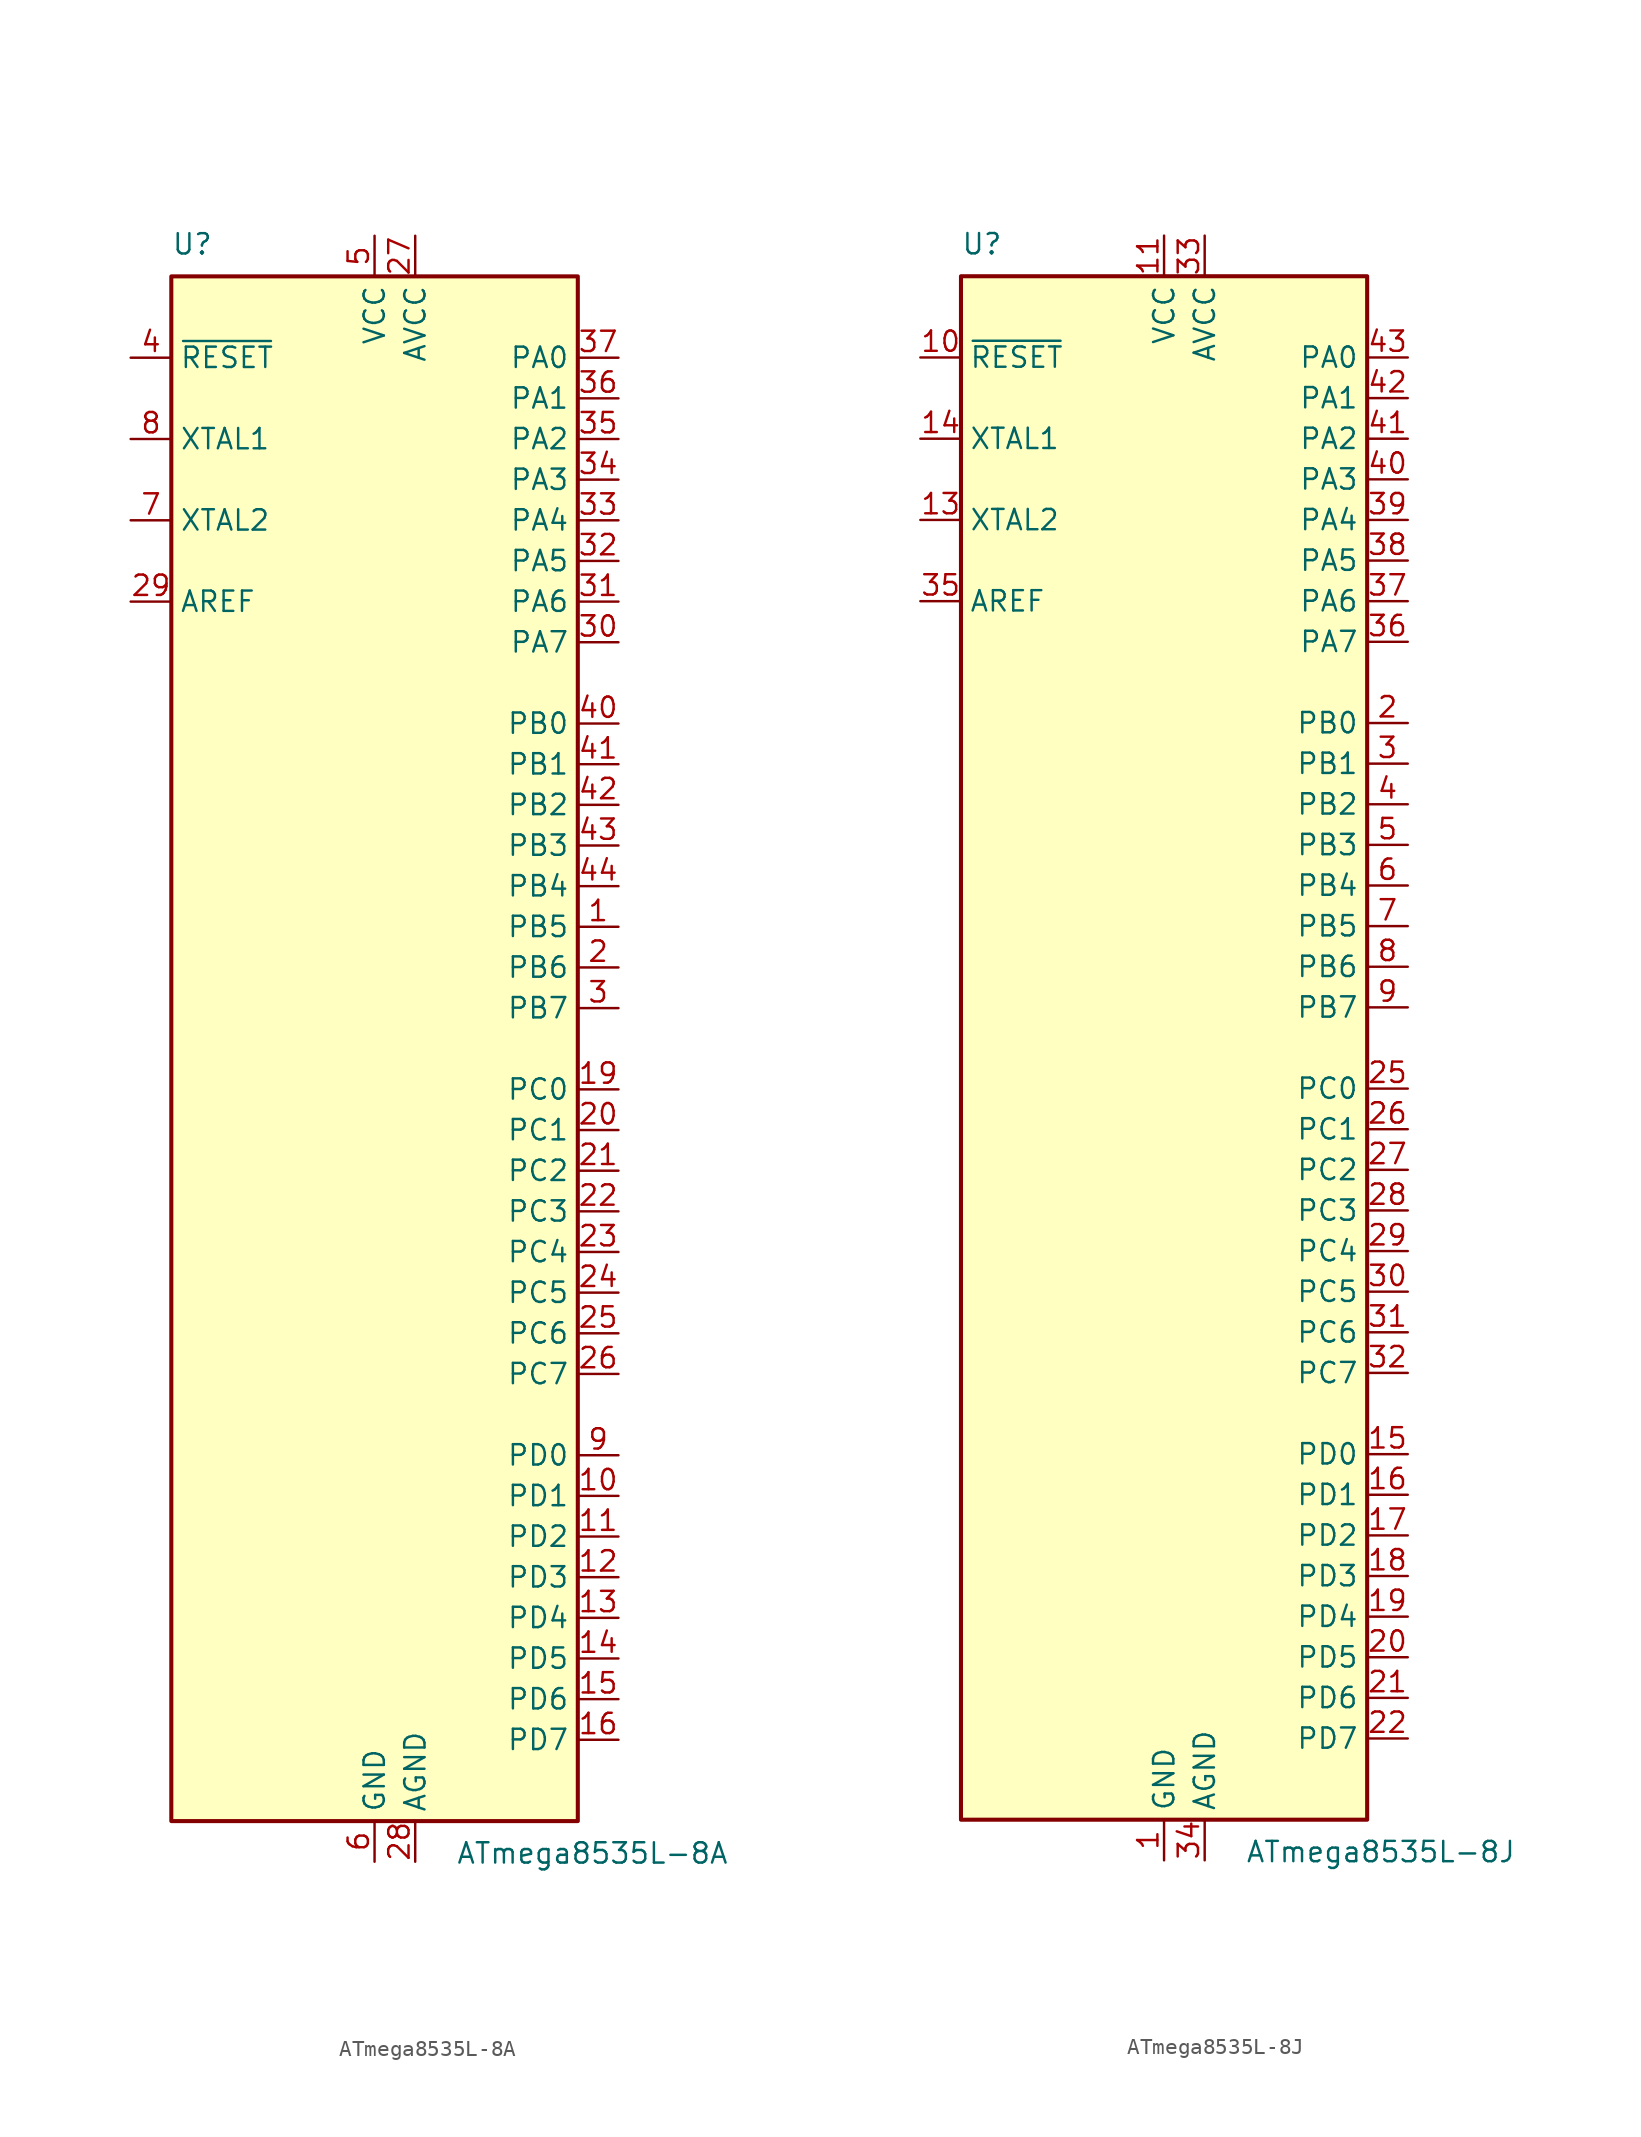
<source format=kicad_sym>
(kicad_symbol_lib
  (version 20201005)
  (generator kicad_symbol_editor)
  (symbol "MCU_Microchip_ATmega:ATmega8535L-8A"
    (property "Reference" "U"
      (at -12.7 49.53 0)
      (effects (font (size 1.27 1.27)) (justify left bottom)))
    (property "Value" "ATmega8535L-8A"
      (at 5.08 -49.53 0)
      (effects (font (size 1.27 1.27)) (justify left top)))
    (symbol "ATmega8535L-8A_0_1"
      (rectangle (start -12.7 -48.26) (end 12.7 48.26) (stroke (width 0.254)) (fill (type background))))
    (symbol "ATmega8535L-8A_1_1"
      (pin bidirectional line (at 15.24 7.62 180) (length 2.54) (name "PB5" (effects (font (size 1.27 1.27)))) (number "1" (effects (font (size 1.27 1.27)))))
      (pin bidirectional line (at 15.24 -27.94 180) (length 2.54) (name "PD1" (effects (font (size 1.27 1.27)))) (number "10" (effects (font (size 1.27 1.27)))))
      (pin bidirectional line (at 15.24 -30.48 180) (length 2.54) (name "PD2" (effects (font (size 1.27 1.27)))) (number "11" (effects (font (size 1.27 1.27)))))
      (pin bidirectional line (at 15.24 -33.02 180) (length 2.54) (name "PD3" (effects (font (size 1.27 1.27)))) (number "12" (effects (font (size 1.27 1.27)))))
      (pin bidirectional line (at 15.24 -35.56 180) (length 2.54) (name "PD4" (effects (font (size 1.27 1.27)))) (number "13" (effects (font (size 1.27 1.27)))))
      (pin bidirectional line (at 15.24 -38.1 180) (length 2.54) (name "PD5" (effects (font (size 1.27 1.27)))) (number "14" (effects (font (size 1.27 1.27)))))
      (pin bidirectional line (at 15.24 -40.64 180) (length 2.54) (name "PD6" (effects (font (size 1.27 1.27)))) (number "15" (effects (font (size 1.27 1.27)))))
      (pin bidirectional line (at 15.24 -43.18 180) (length 2.54) (name "PD7" (effects (font (size 1.27 1.27)))) (number "16" (effects (font (size 1.27 1.27)))))
      (pin passive line (at 0 50.8 270) (length 2.54) hide (name "VCC" (effects (font (size 1.27 1.27)))) (number "17" (effects (font (size 1.27 1.27)))))
      (pin passive line (at 0 -50.8 90) (length 2.54) hide (name "GND" (effects (font (size 1.27 1.27)))) (number "18" (effects (font (size 1.27 1.27)))))
      (pin bidirectional line (at 15.24 -2.54 180) (length 2.54) (name "PC0" (effects (font (size 1.27 1.27)))) (number "19" (effects (font (size 1.27 1.27)))))
      (pin bidirectional line (at 15.24 5.08 180) (length 2.54) (name "PB6" (effects (font (size 1.27 1.27)))) (number "2" (effects (font (size 1.27 1.27)))))
      (pin bidirectional line (at 15.24 -5.08 180) (length 2.54) (name "PC1" (effects (font (size 1.27 1.27)))) (number "20" (effects (font (size 1.27 1.27)))))
      (pin bidirectional line (at 15.24 -7.62 180) (length 2.54) (name "PC2" (effects (font (size 1.27 1.27)))) (number "21" (effects (font (size 1.27 1.27)))))
      (pin bidirectional line (at 15.24 -10.16 180) (length 2.54) (name "PC3" (effects (font (size 1.27 1.27)))) (number "22" (effects (font (size 1.27 1.27)))))
      (pin bidirectional line (at 15.24 -12.7 180) (length 2.54) (name "PC4" (effects (font (size 1.27 1.27)))) (number "23" (effects (font (size 1.27 1.27)))))
      (pin bidirectional line (at 15.24 -15.24 180) (length 2.54) (name "PC5" (effects (font (size 1.27 1.27)))) (number "24" (effects (font (size 1.27 1.27)))))
      (pin bidirectional line (at 15.24 -17.78 180) (length 2.54) (name "PC6" (effects (font (size 1.27 1.27)))) (number "25" (effects (font (size 1.27 1.27)))))
      (pin bidirectional line (at 15.24 -20.32 180) (length 2.54) (name "PC7" (effects (font (size 1.27 1.27)))) (number "26" (effects (font (size 1.27 1.27)))))
      (pin power_in line (at 2.54 50.8 270) (length 2.54) (name "AVCC" (effects (font (size 1.27 1.27)))) (number "27" (effects (font (size 1.27 1.27)))))
      (pin power_in line (at 2.54 -50.8 90) (length 2.54) (name "AGND" (effects (font (size 1.27 1.27)))) (number "28" (effects (font (size 1.27 1.27)))))
      (pin passive line (at -15.24 27.94 0) (length 2.54) (name "AREF" (effects (font (size 1.27 1.27)))) (number "29" (effects (font (size 1.27 1.27)))))
      (pin bidirectional line (at 15.24 2.54 180) (length 2.54) (name "PB7" (effects (font (size 1.27 1.27)))) (number "3" (effects (font (size 1.27 1.27)))))
      (pin bidirectional line (at 15.24 25.4 180) (length 2.54) (name "PA7" (effects (font (size 1.27 1.27)))) (number "30" (effects (font (size 1.27 1.27)))))
      (pin bidirectional line (at 15.24 27.94 180) (length 2.54) (name "PA6" (effects (font (size 1.27 1.27)))) (number "31" (effects (font (size 1.27 1.27)))))
      (pin bidirectional line (at 15.24 30.48 180) (length 2.54) (name "PA5" (effects (font (size 1.27 1.27)))) (number "32" (effects (font (size 1.27 1.27)))))
      (pin bidirectional line (at 15.24 33.02 180) (length 2.54) (name "PA4" (effects (font (size 1.27 1.27)))) (number "33" (effects (font (size 1.27 1.27)))))
      (pin bidirectional line (at 15.24 35.56 180) (length 2.54) (name "PA3" (effects (font (size 1.27 1.27)))) (number "34" (effects (font (size 1.27 1.27)))))
      (pin bidirectional line (at 15.24 38.1 180) (length 2.54) (name "PA2" (effects (font (size 1.27 1.27)))) (number "35" (effects (font (size 1.27 1.27)))))
      (pin bidirectional line (at 15.24 40.64 180) (length 2.54) (name "PA1" (effects (font (size 1.27 1.27)))) (number "36" (effects (font (size 1.27 1.27)))))
      (pin bidirectional line (at 15.24 43.18 180) (length 2.54) (name "PA0" (effects (font (size 1.27 1.27)))) (number "37" (effects (font (size 1.27 1.27)))))
      (pin passive line (at 0 50.8 270) (length 2.54) hide (name "VCC" (effects (font (size 1.27 1.27)))) (number "38" (effects (font (size 1.27 1.27)))))
      (pin passive line (at 0 -50.8 90) (length 2.54) hide (name "GND" (effects (font (size 1.27 1.27)))) (number "39" (effects (font (size 1.27 1.27)))))
      (pin input line (at -15.24 43.18 0) (length 2.54) (name "~RESET" (effects (font (size 1.27 1.27)))) (number "4" (effects (font (size 1.27 1.27)))))
      (pin bidirectional line (at 15.24 20.32 180) (length 2.54) (name "PB0" (effects (font (size 1.27 1.27)))) (number "40" (effects (font (size 1.27 1.27)))))
      (pin bidirectional line (at 15.24 17.78 180) (length 2.54) (name "PB1" (effects (font (size 1.27 1.27)))) (number "41" (effects (font (size 1.27 1.27)))))
      (pin bidirectional line (at 15.24 15.24 180) (length 2.54) (name "PB2" (effects (font (size 1.27 1.27)))) (number "42" (effects (font (size 1.27 1.27)))))
      (pin bidirectional line (at 15.24 12.7 180) (length 2.54) (name "PB3" (effects (font (size 1.27 1.27)))) (number "43" (effects (font (size 1.27 1.27)))))
      (pin bidirectional line (at 15.24 10.16 180) (length 2.54) (name "PB4" (effects (font (size 1.27 1.27)))) (number "44" (effects (font (size 1.27 1.27)))))
      (pin power_in line (at 0 50.8 270) (length 2.54) (name "VCC" (effects (font (size 1.27 1.27)))) (number "5" (effects (font (size 1.27 1.27)))))
      (pin power_in line (at 0 -50.8 90) (length 2.54) (name "GND" (effects (font (size 1.27 1.27)))) (number "6" (effects (font (size 1.27 1.27)))))
      (pin output line (at -15.24 33.02 0) (length 2.54) (name "XTAL2" (effects (font (size 1.27 1.27)))) (number "7" (effects (font (size 1.27 1.27)))))
      (pin input line (at -15.24 38.1 0) (length 2.54) (name "XTAL1" (effects (font (size 1.27 1.27)))) (number "8" (effects (font (size 1.27 1.27)))))
      (pin bidirectional line (at 15.24 -25.4 180) (length 2.54) (name "PD0" (effects (font (size 1.27 1.27)))) (number "9" (effects (font (size 1.27 1.27)))))))
  (symbol "MCU_Microchip_ATmega:ATmega8535L-8J"
    (property "Reference" "U"
      (at -12.7 49.53 0)
      (effects (font (size 1.27 1.27)) (justify left bottom)))
    (property "Value" "ATmega8535L-8J"
      (at 5.08 -49.53 0)
      (effects (font (size 1.27 1.27)) (justify left top)))
    (symbol "ATmega8535L-8J_0_1"
      (rectangle (start -12.7 -48.26) (end 12.7 48.26) (stroke (width 0.254)) (fill (type background))))
    (symbol "ATmega8535L-8J_1_1"
      (pin power_in line (at 0 -50.8 90) (length 2.54) (name "GND" (effects (font (size 1.27 1.27)))) (number "1" (effects (font (size 1.27 1.27)))))
      (pin input line (at -15.24 43.18 0) (length 2.54) (name "~RESET" (effects (font (size 1.27 1.27)))) (number "10" (effects (font (size 1.27 1.27)))))
      (pin power_in line (at 0 50.8 270) (length 2.54) (name "VCC" (effects (font (size 1.27 1.27)))) (number "11" (effects (font (size 1.27 1.27)))))
      (pin passive line (at 0 -50.8 90) (length 2.54) hide (name "GND" (effects (font (size 1.27 1.27)))) (number "12" (effects (font (size 1.27 1.27)))))
      (pin output line (at -15.24 33.02 0) (length 2.54) (name "XTAL2" (effects (font (size 1.27 1.27)))) (number "13" (effects (font (size 1.27 1.27)))))
      (pin input line (at -15.24 38.1 0) (length 2.54) (name "XTAL1" (effects (font (size 1.27 1.27)))) (number "14" (effects (font (size 1.27 1.27)))))
      (pin bidirectional line (at 15.24 -25.4 180) (length 2.54) (name "PD0" (effects (font (size 1.27 1.27)))) (number "15" (effects (font (size 1.27 1.27)))))
      (pin bidirectional line (at 15.24 -27.94 180) (length 2.54) (name "PD1" (effects (font (size 1.27 1.27)))) (number "16" (effects (font (size 1.27 1.27)))))
      (pin bidirectional line (at 15.24 -30.48 180) (length 2.54) (name "PD2" (effects (font (size 1.27 1.27)))) (number "17" (effects (font (size 1.27 1.27)))))
      (pin bidirectional line (at 15.24 -33.02 180) (length 2.54) (name "PD3" (effects (font (size 1.27 1.27)))) (number "18" (effects (font (size 1.27 1.27)))))
      (pin bidirectional line (at 15.24 -35.56 180) (length 2.54) (name "PD4" (effects (font (size 1.27 1.27)))) (number "19" (effects (font (size 1.27 1.27)))))
      (pin bidirectional line (at 15.24 20.32 180) (length 2.54) (name "PB0" (effects (font (size 1.27 1.27)))) (number "2" (effects (font (size 1.27 1.27)))))
      (pin bidirectional line (at 15.24 -38.1 180) (length 2.54) (name "PD5" (effects (font (size 1.27 1.27)))) (number "20" (effects (font (size 1.27 1.27)))))
      (pin bidirectional line (at 15.24 -40.64 180) (length 2.54) (name "PD6" (effects (font (size 1.27 1.27)))) (number "21" (effects (font (size 1.27 1.27)))))
      (pin bidirectional line (at 15.24 -43.18 180) (length 2.54) (name "PD7" (effects (font (size 1.27 1.27)))) (number "22" (effects (font (size 1.27 1.27)))))
      (pin passive line (at 0 50.8 270) (length 2.54) hide (name "VCC" (effects (font (size 1.27 1.27)))) (number "23" (effects (font (size 1.27 1.27)))))
      (pin passive line (at 0 -50.8 90) (length 2.54) hide (name "GND" (effects (font (size 1.27 1.27)))) (number "24" (effects (font (size 1.27 1.27)))))
      (pin bidirectional line (at 15.24 -2.54 180) (length 2.54) (name "PC0" (effects (font (size 1.27 1.27)))) (number "25" (effects (font (size 1.27 1.27)))))
      (pin bidirectional line (at 15.24 -5.08 180) (length 2.54) (name "PC1" (effects (font (size 1.27 1.27)))) (number "26" (effects (font (size 1.27 1.27)))))
      (pin bidirectional line (at 15.24 -7.62 180) (length 2.54) (name "PC2" (effects (font (size 1.27 1.27)))) (number "27" (effects (font (size 1.27 1.27)))))
      (pin bidirectional line (at 15.24 -10.16 180) (length 2.54) (name "PC3" (effects (font (size 1.27 1.27)))) (number "28" (effects (font (size 1.27 1.27)))))
      (pin bidirectional line (at 15.24 -12.7 180) (length 2.54) (name "PC4" (effects (font (size 1.27 1.27)))) (number "29" (effects (font (size 1.27 1.27)))))
      (pin bidirectional line (at 15.24 17.78 180) (length 2.54) (name "PB1" (effects (font (size 1.27 1.27)))) (number "3" (effects (font (size 1.27 1.27)))))
      (pin bidirectional line (at 15.24 -15.24 180) (length 2.54) (name "PC5" (effects (font (size 1.27 1.27)))) (number "30" (effects (font (size 1.27 1.27)))))
      (pin bidirectional line (at 15.24 -17.78 180) (length 2.54) (name "PC6" (effects (font (size 1.27 1.27)))) (number "31" (effects (font (size 1.27 1.27)))))
      (pin bidirectional line (at 15.24 -20.32 180) (length 2.54) (name "PC7" (effects (font (size 1.27 1.27)))) (number "32" (effects (font (size 1.27 1.27)))))
      (pin power_in line (at 2.54 50.8 270) (length 2.54) (name "AVCC" (effects (font (size 1.27 1.27)))) (number "33" (effects (font (size 1.27 1.27)))))
      (pin power_in line (at 2.54 -50.8 90) (length 2.54) (name "AGND" (effects (font (size 1.27 1.27)))) (number "34" (effects (font (size 1.27 1.27)))))
      (pin passive line (at -15.24 27.94 0) (length 2.54) (name "AREF" (effects (font (size 1.27 1.27)))) (number "35" (effects (font (size 1.27 1.27)))))
      (pin bidirectional line (at 15.24 25.4 180) (length 2.54) (name "PA7" (effects (font (size 1.27 1.27)))) (number "36" (effects (font (size 1.27 1.27)))))
      (pin bidirectional line (at 15.24 27.94 180) (length 2.54) (name "PA6" (effects (font (size 1.27 1.27)))) (number "37" (effects (font (size 1.27 1.27)))))
      (pin bidirectional line (at 15.24 30.48 180) (length 2.54) (name "PA5" (effects (font (size 1.27 1.27)))) (number "38" (effects (font (size 1.27 1.27)))))
      (pin bidirectional line (at 15.24 33.02 180) (length 2.54) (name "PA4" (effects (font (size 1.27 1.27)))) (number "39" (effects (font (size 1.27 1.27)))))
      (pin bidirectional line (at 15.24 15.24 180) (length 2.54) (name "PB2" (effects (font (size 1.27 1.27)))) (number "4" (effects (font (size 1.27 1.27)))))
      (pin bidirectional line (at 15.24 35.56 180) (length 2.54) (name "PA3" (effects (font (size 1.27 1.27)))) (number "40" (effects (font (size 1.27 1.27)))))
      (pin bidirectional line (at 15.24 38.1 180) (length 2.54) (name "PA2" (effects (font (size 1.27 1.27)))) (number "41" (effects (font (size 1.27 1.27)))))
      (pin bidirectional line (at 15.24 40.64 180) (length 2.54) (name "PA1" (effects (font (size 1.27 1.27)))) (number "42" (effects (font (size 1.27 1.27)))))
      (pin bidirectional line (at 15.24 43.18 180) (length 2.54) (name "PA0" (effects (font (size 1.27 1.27)))) (number "43" (effects (font (size 1.27 1.27)))))
      (pin passive line (at 0 50.8 270) (length 2.54) hide (name "VCC" (effects (font (size 1.27 1.27)))) (number "44" (effects (font (size 1.27 1.27)))))
      (pin bidirectional line (at 15.24 12.7 180) (length 2.54) (name "PB3" (effects (font (size 1.27 1.27)))) (number "5" (effects (font (size 1.27 1.27)))))
      (pin bidirectional line (at 15.24 10.16 180) (length 2.54) (name "PB4" (effects (font (size 1.27 1.27)))) (number "6" (effects (font (size 1.27 1.27)))))
      (pin bidirectional line (at 15.24 7.62 180) (length 2.54) (name "PB5" (effects (font (size 1.27 1.27)))) (number "7" (effects (font (size 1.27 1.27)))))
      (pin bidirectional line (at 15.24 5.08 180) (length 2.54) (name "PB6" (effects (font (size 1.27 1.27)))) (number "8" (effects (font (size 1.27 1.27)))))
      (pin bidirectional line (at 15.24 2.54 180) (length 2.54) (name "PB7" (effects (font (size 1.27 1.27)))) (number "9" (effects (font (size 1.27 1.27))))))))
</source>
